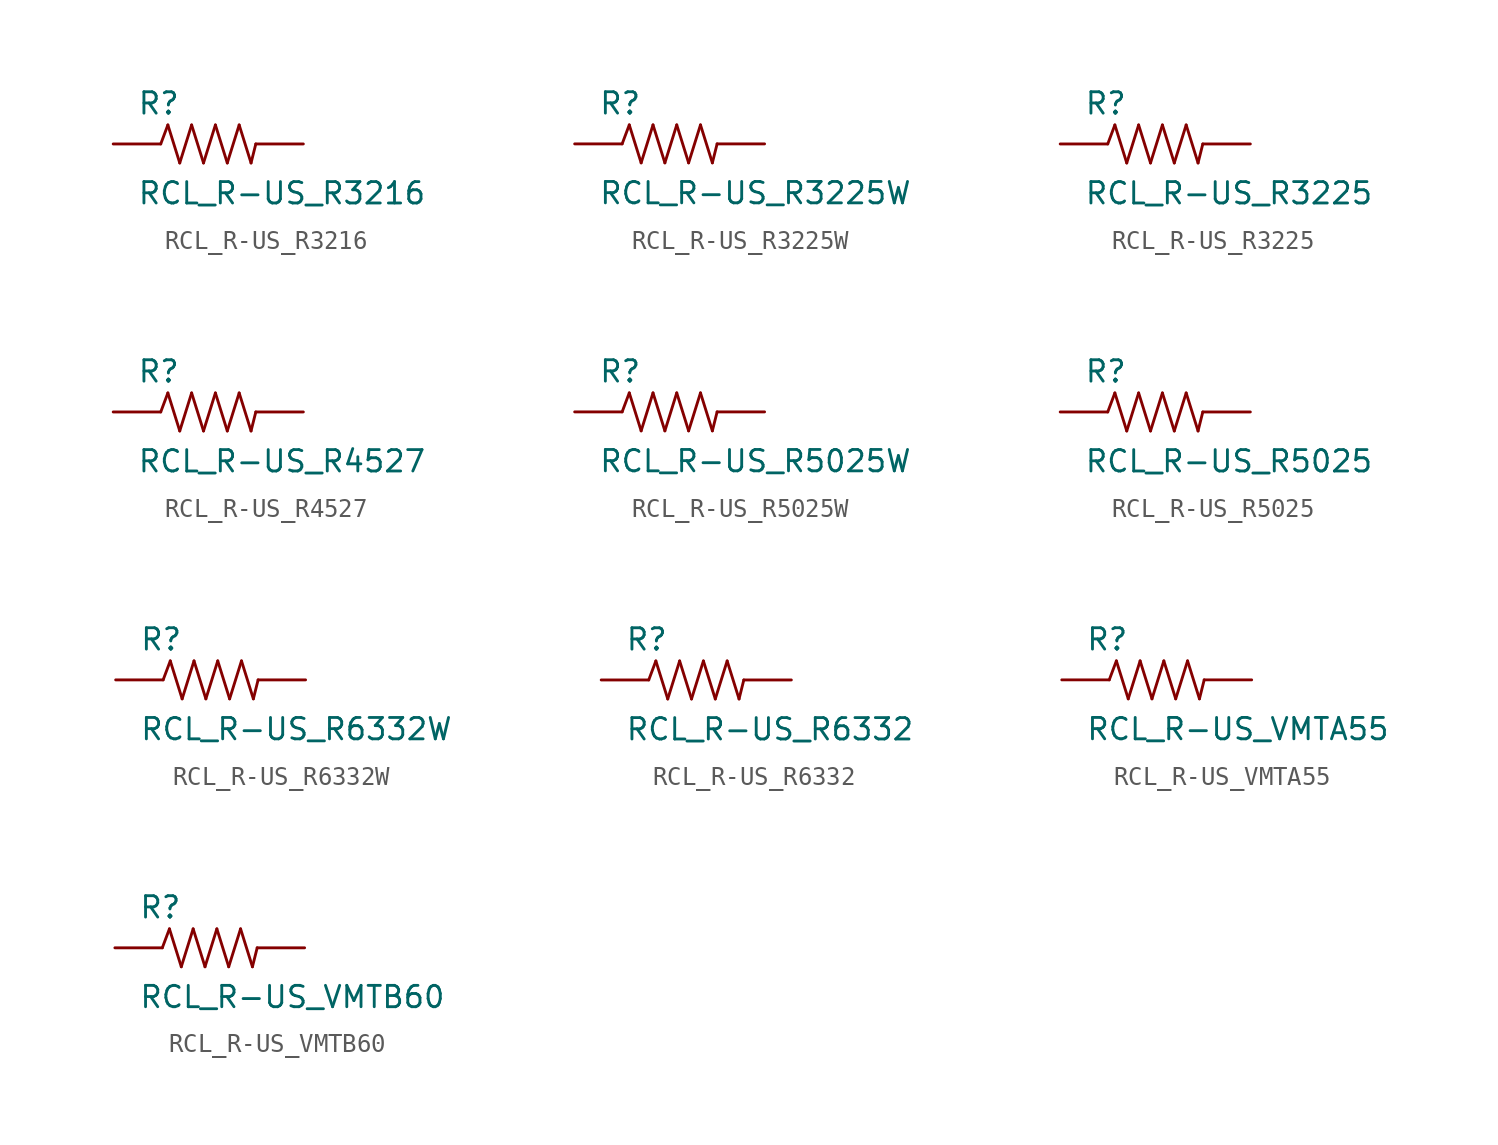
<source format=kicad_sym>
(kicad_symbol_lib
  (version 20210619)
  (generator kicad_symbol_editor)
  (symbol "RCL_R-US_R3216"
    (pin_numbers hide)
    (pin_names
      (offset 1.016) hide)
    (property "Reference" "R"
      (at -3.81 1.499 0)
      (effects (font (size 1.143 1.143)) (justify left bottom)))
    (property "Value" "RCL_R-US_R3216"
      (at -3.81 -3.302 0)
      (effects (font (size 1.143 1.143)) (justify left bottom)))
    (property "ki_locked" ""
      (at 0 0 0)
      (effects (font (size 1.27 1.27))))
    (symbol "RCL_R-US_R3216_1_0"
      (polyline (pts (xy -2.54 0) (xy -2.159 1.016)) (stroke (width 0)) (fill (type none)))
      (polyline (pts (xy -2.159 1.016) (xy -1.524 -1.016)) (stroke (width 0)) (fill (type none)))
      (polyline (pts (xy -1.524 -1.016) (xy -0.889 1.016)) (stroke (width 0)) (fill (type none)))
      (polyline (pts (xy -0.889 1.016) (xy -0.254 -1.016)) (stroke (width 0)) (fill (type none)))
      (polyline (pts (xy -0.254 -1.016) (xy 0.381 1.016)) (stroke (width 0)) (fill (type none)))
      (polyline (pts (xy 0.381 1.016) (xy 1.016 -1.016)) (stroke (width 0)) (fill (type none)))
      (polyline (pts (xy 1.016 -1.016) (xy 1.651 1.016)) (stroke (width 0)) (fill (type none)))
      (polyline (pts (xy 1.651 1.016) (xy 2.286 -1.016)) (stroke (width 0)) (fill (type none)))
      (polyline (pts (xy 2.286 -1.016) (xy 2.54 0)) (stroke (width 0)) (fill (type none))))
    (symbol "RCL_R-US_R3216_1_1"
      (pin passive line (at -5.08 0 0) (length 2.54) (name "1" (effects (font (size 1.016 1.016)))) (number "1" (effects (font (size 1.016 1.016)))))
      (pin passive line (at 5.08 0 180) (length 2.54) (name "2" (effects (font (size 1.016 1.016)))) (number "2" (effects (font (size 1.016 1.016)))))))
  (symbol "RCL_R-US_R3225W"
    (pin_numbers hide)
    (pin_names
      (offset 1.016) hide)
    (property "Reference" "R"
      (at -3.81 1.499 0)
      (effects (font (size 1.143 1.143)) (justify left bottom)))
    (property "Value" "RCL_R-US_R3225W"
      (at -3.81 -3.302 0)
      (effects (font (size 1.143 1.143)) (justify left bottom)))
    (property "ki_locked" ""
      (at 0 0 0)
      (effects (font (size 1.27 1.27))))
    (symbol "RCL_R-US_R3225W_1_0"
      (polyline (pts (xy -2.54 0) (xy -2.159 1.016)) (stroke (width 0)) (fill (type none)))
      (polyline (pts (xy -2.159 1.016) (xy -1.524 -1.016)) (stroke (width 0)) (fill (type none)))
      (polyline (pts (xy -1.524 -1.016) (xy -0.889 1.016)) (stroke (width 0)) (fill (type none)))
      (polyline (pts (xy -0.889 1.016) (xy -0.254 -1.016)) (stroke (width 0)) (fill (type none)))
      (polyline (pts (xy -0.254 -1.016) (xy 0.381 1.016)) (stroke (width 0)) (fill (type none)))
      (polyline (pts (xy 0.381 1.016) (xy 1.016 -1.016)) (stroke (width 0)) (fill (type none)))
      (polyline (pts (xy 1.016 -1.016) (xy 1.651 1.016)) (stroke (width 0)) (fill (type none)))
      (polyline (pts (xy 1.651 1.016) (xy 2.286 -1.016)) (stroke (width 0)) (fill (type none)))
      (polyline (pts (xy 2.286 -1.016) (xy 2.54 0)) (stroke (width 0)) (fill (type none))))
    (symbol "RCL_R-US_R3225W_1_1"
      (pin passive line (at -5.08 0 0) (length 2.54) (name "1" (effects (font (size 1.016 1.016)))) (number "1" (effects (font (size 1.016 1.016)))))
      (pin passive line (at 5.08 0 180) (length 2.54) (name "2" (effects (font (size 1.016 1.016)))) (number "2" (effects (font (size 1.016 1.016)))))))
  (symbol "RCL_R-US_R3225"
    (pin_numbers hide)
    (pin_names
      (offset 1.016) hide)
    (property "Reference" "R"
      (at -3.81 1.499 0)
      (effects (font (size 1.143 1.143)) (justify left bottom)))
    (property "Value" "RCL_R-US_R3225"
      (at -3.81 -3.302 0)
      (effects (font (size 1.143 1.143)) (justify left bottom)))
    (property "ki_locked" ""
      (at 0 0 0)
      (effects (font (size 1.27 1.27))))
    (symbol "RCL_R-US_R3225_1_0"
      (polyline (pts (xy -2.54 0) (xy -2.159 1.016)) (stroke (width 0)) (fill (type none)))
      (polyline (pts (xy -2.159 1.016) (xy -1.524 -1.016)) (stroke (width 0)) (fill (type none)))
      (polyline (pts (xy -1.524 -1.016) (xy -0.889 1.016)) (stroke (width 0)) (fill (type none)))
      (polyline (pts (xy -0.889 1.016) (xy -0.254 -1.016)) (stroke (width 0)) (fill (type none)))
      (polyline (pts (xy -0.254 -1.016) (xy 0.381 1.016)) (stroke (width 0)) (fill (type none)))
      (polyline (pts (xy 0.381 1.016) (xy 1.016 -1.016)) (stroke (width 0)) (fill (type none)))
      (polyline (pts (xy 1.016 -1.016) (xy 1.651 1.016)) (stroke (width 0)) (fill (type none)))
      (polyline (pts (xy 1.651 1.016) (xy 2.286 -1.016)) (stroke (width 0)) (fill (type none)))
      (polyline (pts (xy 2.286 -1.016) (xy 2.54 0)) (stroke (width 0)) (fill (type none))))
    (symbol "RCL_R-US_R3225_1_1"
      (pin passive line (at -5.08 0 0) (length 2.54) (name "1" (effects (font (size 1.016 1.016)))) (number "1" (effects (font (size 1.016 1.016)))))
      (pin passive line (at 5.08 0 180) (length 2.54) (name "2" (effects (font (size 1.016 1.016)))) (number "2" (effects (font (size 1.016 1.016)))))))
  (symbol "RCL_R-US_R4527"
    (pin_numbers hide)
    (pin_names
      (offset 1.016) hide)
    (property "Reference" "R"
      (at -3.81 1.499 0)
      (effects (font (size 1.143 1.143)) (justify left bottom)))
    (property "Value" "RCL_R-US_R4527"
      (at -3.81 -3.302 0)
      (effects (font (size 1.143 1.143)) (justify left bottom)))
    (property "ki_locked" ""
      (at 0 0 0)
      (effects (font (size 1.27 1.27))))
    (symbol "RCL_R-US_R4527_1_0"
      (polyline (pts (xy -2.54 0) (xy -2.159 1.016)) (stroke (width 0)) (fill (type none)))
      (polyline (pts (xy -2.159 1.016) (xy -1.524 -1.016)) (stroke (width 0)) (fill (type none)))
      (polyline (pts (xy -1.524 -1.016) (xy -0.889 1.016)) (stroke (width 0)) (fill (type none)))
      (polyline (pts (xy -0.889 1.016) (xy -0.254 -1.016)) (stroke (width 0)) (fill (type none)))
      (polyline (pts (xy -0.254 -1.016) (xy 0.381 1.016)) (stroke (width 0)) (fill (type none)))
      (polyline (pts (xy 0.381 1.016) (xy 1.016 -1.016)) (stroke (width 0)) (fill (type none)))
      (polyline (pts (xy 1.016 -1.016) (xy 1.651 1.016)) (stroke (width 0)) (fill (type none)))
      (polyline (pts (xy 1.651 1.016) (xy 2.286 -1.016)) (stroke (width 0)) (fill (type none)))
      (polyline (pts (xy 2.286 -1.016) (xy 2.54 0)) (stroke (width 0)) (fill (type none))))
    (symbol "RCL_R-US_R4527_1_1"
      (pin passive line (at -5.08 0 0) (length 2.54) (name "1" (effects (font (size 1.016 1.016)))) (number "1" (effects (font (size 1.016 1.016)))))
      (pin passive line (at 5.08 0 180) (length 2.54) (name "2" (effects (font (size 1.016 1.016)))) (number "2" (effects (font (size 1.016 1.016)))))))
  (symbol "RCL_R-US_R5025W"
    (pin_numbers hide)
    (pin_names
      (offset 1.016) hide)
    (property "Reference" "R"
      (at -3.81 1.499 0)
      (effects (font (size 1.143 1.143)) (justify left bottom)))
    (property "Value" "RCL_R-US_R5025W"
      (at -3.81 -3.302 0)
      (effects (font (size 1.143 1.143)) (justify left bottom)))
    (property "ki_locked" ""
      (at 0 0 0)
      (effects (font (size 1.27 1.27))))
    (symbol "RCL_R-US_R5025W_1_0"
      (polyline (pts (xy -2.54 0) (xy -2.159 1.016)) (stroke (width 0)) (fill (type none)))
      (polyline (pts (xy -2.159 1.016) (xy -1.524 -1.016)) (stroke (width 0)) (fill (type none)))
      (polyline (pts (xy -1.524 -1.016) (xy -0.889 1.016)) (stroke (width 0)) (fill (type none)))
      (polyline (pts (xy -0.889 1.016) (xy -0.254 -1.016)) (stroke (width 0)) (fill (type none)))
      (polyline (pts (xy -0.254 -1.016) (xy 0.381 1.016)) (stroke (width 0)) (fill (type none)))
      (polyline (pts (xy 0.381 1.016) (xy 1.016 -1.016)) (stroke (width 0)) (fill (type none)))
      (polyline (pts (xy 1.016 -1.016) (xy 1.651 1.016)) (stroke (width 0)) (fill (type none)))
      (polyline (pts (xy 1.651 1.016) (xy 2.286 -1.016)) (stroke (width 0)) (fill (type none)))
      (polyline (pts (xy 2.286 -1.016) (xy 2.54 0)) (stroke (width 0)) (fill (type none))))
    (symbol "RCL_R-US_R5025W_1_1"
      (pin passive line (at -5.08 0 0) (length 2.54) (name "1" (effects (font (size 1.016 1.016)))) (number "1" (effects (font (size 1.016 1.016)))))
      (pin passive line (at 5.08 0 180) (length 2.54) (name "2" (effects (font (size 1.016 1.016)))) (number "2" (effects (font (size 1.016 1.016)))))))
  (symbol "RCL_R-US_R5025"
    (pin_numbers hide)
    (pin_names
      (offset 1.016) hide)
    (property "Reference" "R"
      (at -3.81 1.499 0)
      (effects (font (size 1.143 1.143)) (justify left bottom)))
    (property "Value" "RCL_R-US_R5025"
      (at -3.81 -3.302 0)
      (effects (font (size 1.143 1.143)) (justify left bottom)))
    (property "ki_locked" ""
      (at 0 0 0)
      (effects (font (size 1.27 1.27))))
    (symbol "RCL_R-US_R5025_1_0"
      (polyline (pts (xy -2.54 0) (xy -2.159 1.016)) (stroke (width 0)) (fill (type none)))
      (polyline (pts (xy -2.159 1.016) (xy -1.524 -1.016)) (stroke (width 0)) (fill (type none)))
      (polyline (pts (xy -1.524 -1.016) (xy -0.889 1.016)) (stroke (width 0)) (fill (type none)))
      (polyline (pts (xy -0.889 1.016) (xy -0.254 -1.016)) (stroke (width 0)) (fill (type none)))
      (polyline (pts (xy -0.254 -1.016) (xy 0.381 1.016)) (stroke (width 0)) (fill (type none)))
      (polyline (pts (xy 0.381 1.016) (xy 1.016 -1.016)) (stroke (width 0)) (fill (type none)))
      (polyline (pts (xy 1.016 -1.016) (xy 1.651 1.016)) (stroke (width 0)) (fill (type none)))
      (polyline (pts (xy 1.651 1.016) (xy 2.286 -1.016)) (stroke (width 0)) (fill (type none)))
      (polyline (pts (xy 2.286 -1.016) (xy 2.54 0)) (stroke (width 0)) (fill (type none))))
    (symbol "RCL_R-US_R5025_1_1"
      (pin passive line (at -5.08 0 0) (length 2.54) (name "1" (effects (font (size 1.016 1.016)))) (number "1" (effects (font (size 1.016 1.016)))))
      (pin passive line (at 5.08 0 180) (length 2.54) (name "2" (effects (font (size 1.016 1.016)))) (number "2" (effects (font (size 1.016 1.016)))))))
  (symbol "RCL_R-US_R6332W"
    (pin_numbers hide)
    (pin_names
      (offset 1.016) hide)
    (property "Reference" "R"
      (at -3.81 1.499 0)
      (effects (font (size 1.143 1.143)) (justify left bottom)))
    (property "Value" "RCL_R-US_R6332W"
      (at -3.81 -3.302 0)
      (effects (font (size 1.143 1.143)) (justify left bottom)))
    (property "ki_locked" ""
      (at 0 0 0)
      (effects (font (size 1.27 1.27))))
    (symbol "RCL_R-US_R6332W_1_0"
      (polyline (pts (xy -2.54 0) (xy -2.159 1.016)) (stroke (width 0)) (fill (type none)))
      (polyline (pts (xy -2.159 1.016) (xy -1.524 -1.016)) (stroke (width 0)) (fill (type none)))
      (polyline (pts (xy -1.524 -1.016) (xy -0.889 1.016)) (stroke (width 0)) (fill (type none)))
      (polyline (pts (xy -0.889 1.016) (xy -0.254 -1.016)) (stroke (width 0)) (fill (type none)))
      (polyline (pts (xy -0.254 -1.016) (xy 0.381 1.016)) (stroke (width 0)) (fill (type none)))
      (polyline (pts (xy 0.381 1.016) (xy 1.016 -1.016)) (stroke (width 0)) (fill (type none)))
      (polyline (pts (xy 1.016 -1.016) (xy 1.651 1.016)) (stroke (width 0)) (fill (type none)))
      (polyline (pts (xy 1.651 1.016) (xy 2.286 -1.016)) (stroke (width 0)) (fill (type none)))
      (polyline (pts (xy 2.286 -1.016) (xy 2.54 0)) (stroke (width 0)) (fill (type none))))
    (symbol "RCL_R-US_R6332W_1_1"
      (pin passive line (at -5.08 0 0) (length 2.54) (name "1" (effects (font (size 1.016 1.016)))) (number "1" (effects (font (size 1.016 1.016)))))
      (pin passive line (at 5.08 0 180) (length 2.54) (name "2" (effects (font (size 1.016 1.016)))) (number "2" (effects (font (size 1.016 1.016)))))))
  (symbol "RCL_R-US_R6332"
    (pin_numbers hide)
    (pin_names
      (offset 1.016) hide)
    (property "Reference" "R"
      (at -3.81 1.499 0)
      (effects (font (size 1.143 1.143)) (justify left bottom)))
    (property "Value" "RCL_R-US_R6332"
      (at -3.81 -3.302 0)
      (effects (font (size 1.143 1.143)) (justify left bottom)))
    (property "ki_locked" ""
      (at 0 0 0)
      (effects (font (size 1.27 1.27))))
    (symbol "RCL_R-US_R6332_1_0"
      (polyline (pts (xy -2.54 0) (xy -2.159 1.016)) (stroke (width 0)) (fill (type none)))
      (polyline (pts (xy -2.159 1.016) (xy -1.524 -1.016)) (stroke (width 0)) (fill (type none)))
      (polyline (pts (xy -1.524 -1.016) (xy -0.889 1.016)) (stroke (width 0)) (fill (type none)))
      (polyline (pts (xy -0.889 1.016) (xy -0.254 -1.016)) (stroke (width 0)) (fill (type none)))
      (polyline (pts (xy -0.254 -1.016) (xy 0.381 1.016)) (stroke (width 0)) (fill (type none)))
      (polyline (pts (xy 0.381 1.016) (xy 1.016 -1.016)) (stroke (width 0)) (fill (type none)))
      (polyline (pts (xy 1.016 -1.016) (xy 1.651 1.016)) (stroke (width 0)) (fill (type none)))
      (polyline (pts (xy 1.651 1.016) (xy 2.286 -1.016)) (stroke (width 0)) (fill (type none)))
      (polyline (pts (xy 2.286 -1.016) (xy 2.54 0)) (stroke (width 0)) (fill (type none))))
    (symbol "RCL_R-US_R6332_1_1"
      (pin passive line (at -5.08 0 0) (length 2.54) (name "1" (effects (font (size 1.016 1.016)))) (number "1" (effects (font (size 1.016 1.016)))))
      (pin passive line (at 5.08 0 180) (length 2.54) (name "2" (effects (font (size 1.016 1.016)))) (number "2" (effects (font (size 1.016 1.016)))))))
  (symbol "RCL_R-US_VMTA55"
    (pin_numbers hide)
    (pin_names
      (offset 1.016) hide)
    (property "Reference" "R"
      (at -3.81 1.499 0)
      (effects (font (size 1.143 1.143)) (justify left bottom)))
    (property "Value" "RCL_R-US_VMTA55"
      (at -3.81 -3.302 0)
      (effects (font (size 1.143 1.143)) (justify left bottom)))
    (property "ki_locked" ""
      (at 0 0 0)
      (effects (font (size 1.27 1.27))))
    (symbol "RCL_R-US_VMTA55_1_0"
      (polyline (pts (xy -2.54 0) (xy -2.159 1.016)) (stroke (width 0)) (fill (type none)))
      (polyline (pts (xy -2.159 1.016) (xy -1.524 -1.016)) (stroke (width 0)) (fill (type none)))
      (polyline (pts (xy -1.524 -1.016) (xy -0.889 1.016)) (stroke (width 0)) (fill (type none)))
      (polyline (pts (xy -0.889 1.016) (xy -0.254 -1.016)) (stroke (width 0)) (fill (type none)))
      (polyline (pts (xy -0.254 -1.016) (xy 0.381 1.016)) (stroke (width 0)) (fill (type none)))
      (polyline (pts (xy 0.381 1.016) (xy 1.016 -1.016)) (stroke (width 0)) (fill (type none)))
      (polyline (pts (xy 1.016 -1.016) (xy 1.651 1.016)) (stroke (width 0)) (fill (type none)))
      (polyline (pts (xy 1.651 1.016) (xy 2.286 -1.016)) (stroke (width 0)) (fill (type none)))
      (polyline (pts (xy 2.286 -1.016) (xy 2.54 0)) (stroke (width 0)) (fill (type none))))
    (symbol "RCL_R-US_VMTA55_1_1"
      (pin passive line (at -5.08 0 0) (length 2.54) (name "1" (effects (font (size 1.016 1.016)))) (number "1" (effects (font (size 1.016 1.016)))))
      (pin passive line (at 5.08 0 180) (length 2.54) (name "2" (effects (font (size 1.016 1.016)))) (number "2" (effects (font (size 1.016 1.016)))))))
  (symbol "RCL_R-US_VMTB60"
    (pin_numbers hide)
    (pin_names
      (offset 1.016) hide)
    (property "Reference" "R"
      (at -3.81 1.499 0)
      (effects (font (size 1.143 1.143)) (justify left bottom)))
    (property "Value" "RCL_R-US_VMTB60"
      (at -3.81 -3.302 0)
      (effects (font (size 1.143 1.143)) (justify left bottom)))
    (property "ki_locked" ""
      (at 0 0 0)
      (effects (font (size 1.27 1.27))))
    (symbol "RCL_R-US_VMTB60_1_0"
      (polyline (pts (xy -2.54 0) (xy -2.159 1.016)) (stroke (width 0)) (fill (type none)))
      (polyline (pts (xy -2.159 1.016) (xy -1.524 -1.016)) (stroke (width 0)) (fill (type none)))
      (polyline (pts (xy -1.524 -1.016) (xy -0.889 1.016)) (stroke (width 0)) (fill (type none)))
      (polyline (pts (xy -0.889 1.016) (xy -0.254 -1.016)) (stroke (width 0)) (fill (type none)))
      (polyline (pts (xy -0.254 -1.016) (xy 0.381 1.016)) (stroke (width 0)) (fill (type none)))
      (polyline (pts (xy 0.381 1.016) (xy 1.016 -1.016)) (stroke (width 0)) (fill (type none)))
      (polyline (pts (xy 1.016 -1.016) (xy 1.651 1.016)) (stroke (width 0)) (fill (type none)))
      (polyline (pts (xy 1.651 1.016) (xy 2.286 -1.016)) (stroke (width 0)) (fill (type none)))
      (polyline (pts (xy 2.286 -1.016) (xy 2.54 0)) (stroke (width 0)) (fill (type none))))
    (symbol "RCL_R-US_VMTB60_1_1"
      (pin passive line (at -5.08 0 0) (length 2.54) (name "1" (effects (font (size 1.016 1.016)))) (number "1" (effects (font (size 1.016 1.016)))))
      (pin passive line (at 5.08 0 180) (length 2.54) (name "2" (effects (font (size 1.016 1.016)))) (number "2" (effects (font (size 1.016 1.016))))))))
</source>
